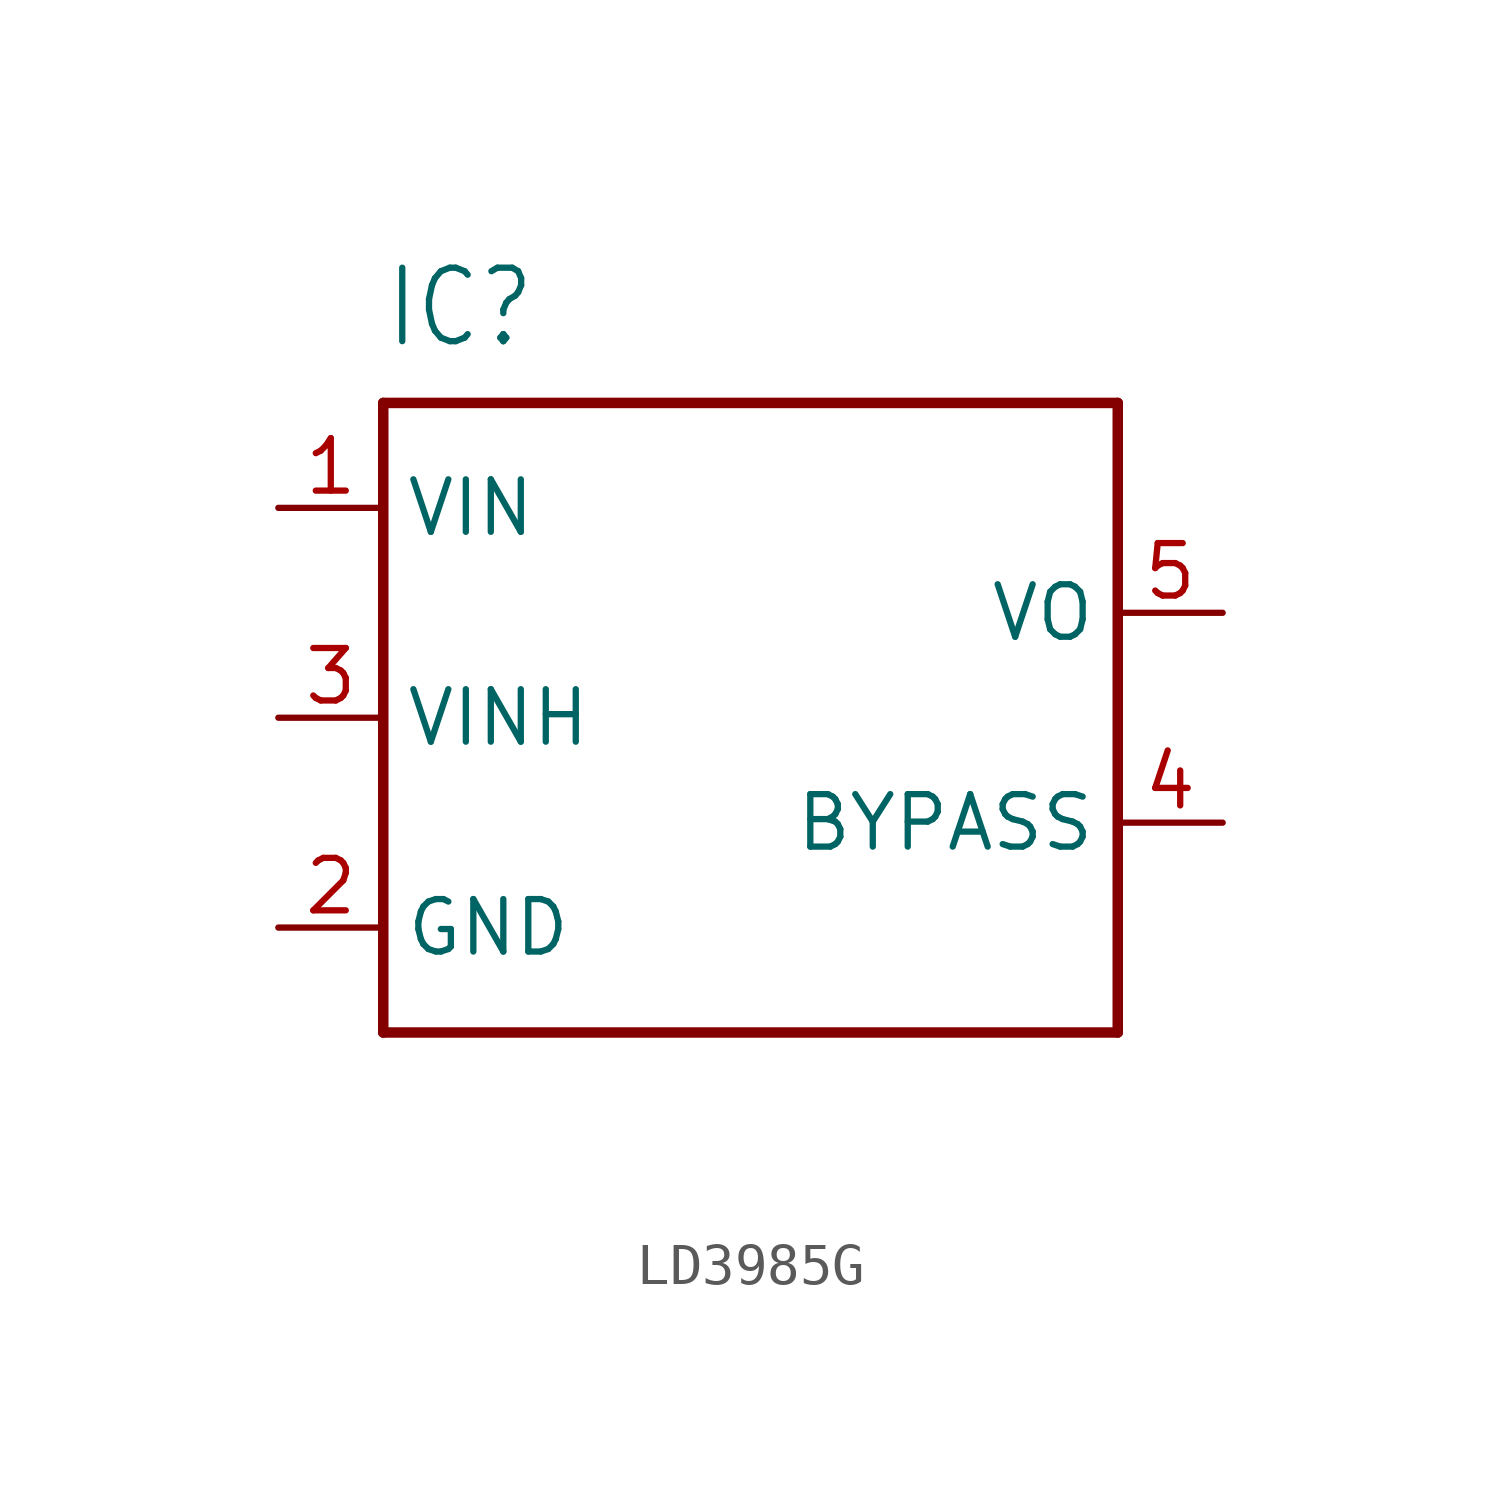
<source format=kicad_sym>
(kicad_symbol_lib
  (version 20220914)
  (generator kicad_symbol_editor)
  (symbol "LD3985G"
    (property "Reference" "IC"
      (at -10.16 8.89 0)
      (effects (font (size 1.778 1.511)) (justify left bottom)))
    (property "Value" ""
      (at -10.16 -10.16 0)
      (effects (font (size 1.778 1.511)) (justify left bottom)))
    (property "ki_locked" ""
      (at 0 0 0)
      (effects (font (size 1.27 1.27))))
    (symbol "LD3985G_1_0"
      (polyline (pts (xy -10.16 -7.62) (xy -10.16 7.62)) (stroke (width 0.254) (type solid)) (fill (type none)))
      (polyline (pts (xy -10.16 7.62) (xy 7.62 7.62)) (stroke (width 0.254) (type solid)) (fill (type none)))
      (polyline (pts (xy 7.62 -7.62) (xy -10.16 -7.62)) (stroke (width 0.254) (type solid)) (fill (type none)))
      (polyline (pts (xy 7.62 7.62) (xy 7.62 -7.62)) (stroke (width 0.254) (type solid)) (fill (type none)))
      (pin input line (at -12.7 5.08 0) (length 2.54) (name "VIN" (effects (font (size 1.27 1.27)))) (number "1" (effects (font (size 1.27 1.27)))))
      (pin power_in line (at -12.7 -5.08 0) (length 2.54) (name "GND" (effects (font (size 1.27 1.27)))) (number "2" (effects (font (size 1.27 1.27)))))
      (pin input line (at -12.7 0 0) (length 2.54) (name "VINH" (effects (font (size 1.27 1.27)))) (number "3" (effects (font (size 1.27 1.27)))))
      (pin passive line (at 10.16 -2.54 180) (length 2.54) (name "BYPASS" (effects (font (size 1.27 1.27)))) (number "4" (effects (font (size 1.27 1.27)))))
      (pin output line (at 10.16 2.54 180) (length 2.54) (name "VO" (effects (font (size 1.27 1.27)))) (number "5" (effects (font (size 1.27 1.27))))))))
</source>
